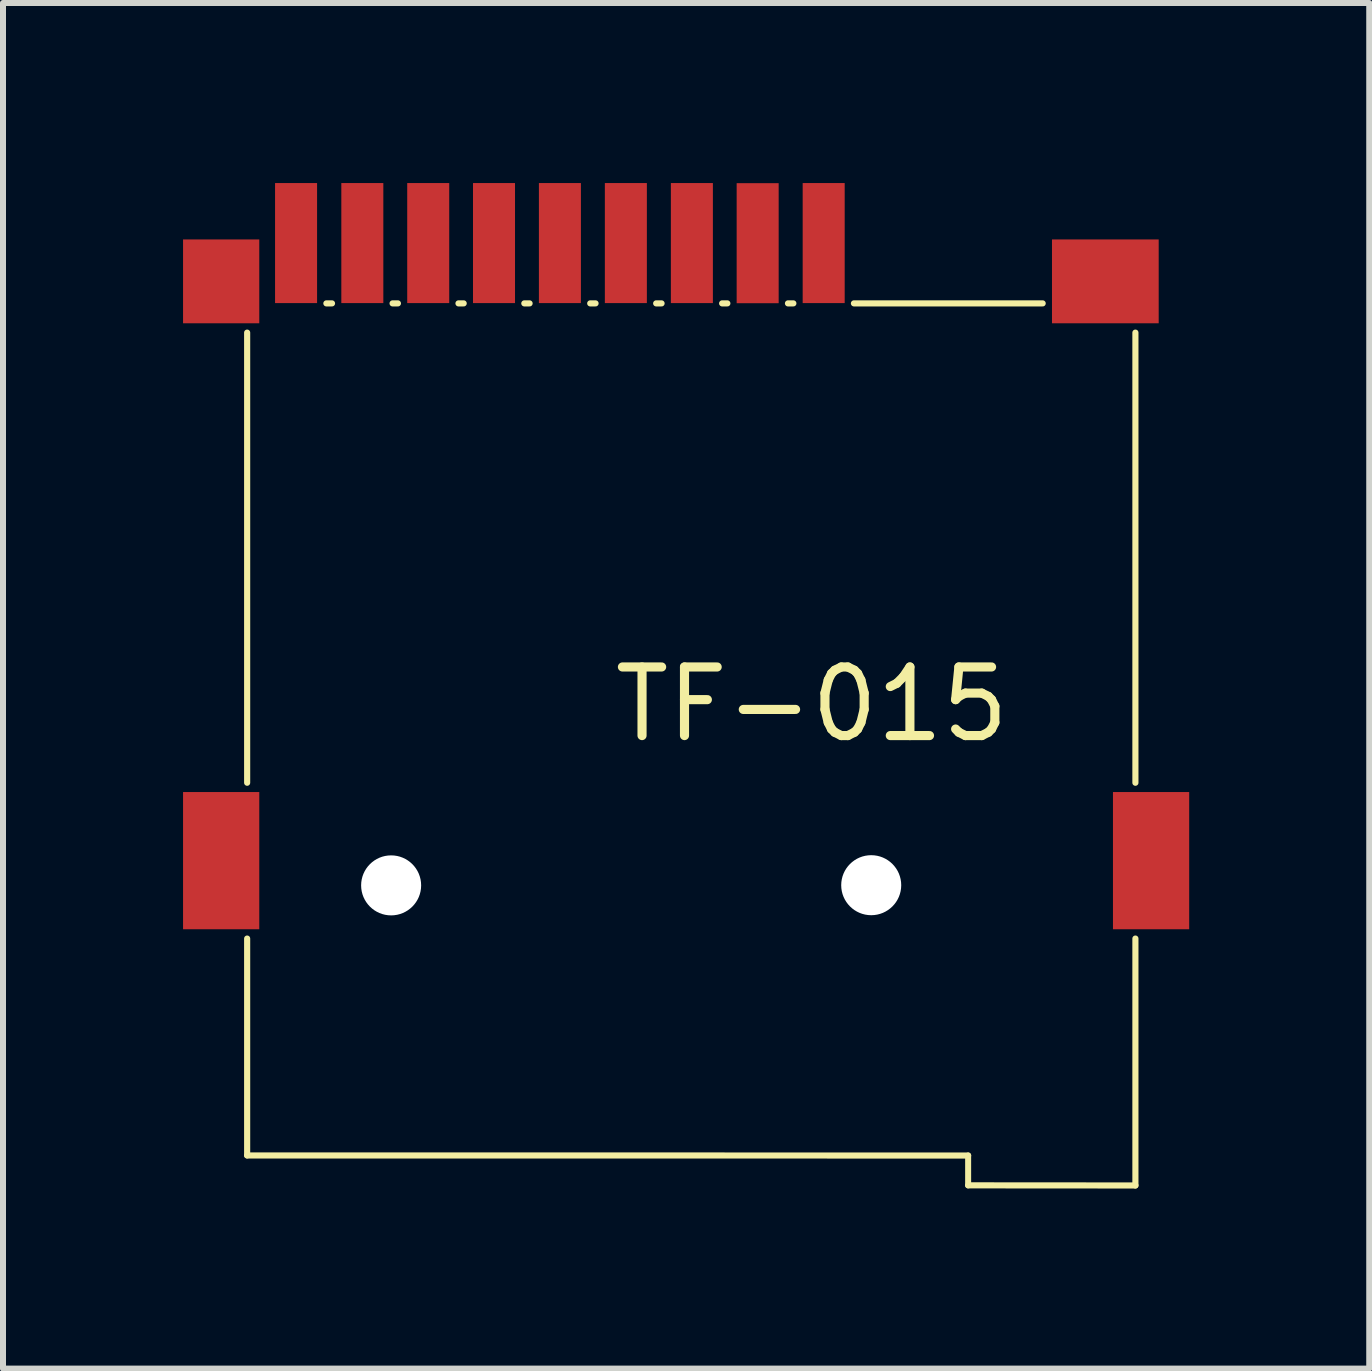
<source format=kicad_pcb>
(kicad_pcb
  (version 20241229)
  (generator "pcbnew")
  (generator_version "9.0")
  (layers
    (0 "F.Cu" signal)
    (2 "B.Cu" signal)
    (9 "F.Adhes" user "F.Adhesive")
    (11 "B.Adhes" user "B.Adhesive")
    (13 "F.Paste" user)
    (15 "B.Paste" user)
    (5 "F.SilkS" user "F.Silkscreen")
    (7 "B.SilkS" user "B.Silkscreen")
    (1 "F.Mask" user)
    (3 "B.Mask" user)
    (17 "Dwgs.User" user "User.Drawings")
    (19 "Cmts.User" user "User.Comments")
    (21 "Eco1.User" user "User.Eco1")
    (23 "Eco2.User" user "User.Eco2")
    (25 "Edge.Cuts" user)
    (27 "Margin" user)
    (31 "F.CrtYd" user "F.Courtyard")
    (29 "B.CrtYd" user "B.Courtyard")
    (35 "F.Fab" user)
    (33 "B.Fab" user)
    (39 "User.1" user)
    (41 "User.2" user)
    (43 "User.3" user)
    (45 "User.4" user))
  (footprint "TF-015"
    (layer "F.Cu")
    (at 8.382 6.145)
    (property "Reference" "TF-015" (at -1.27 2.54 0) (layer "F.SilkS") (effects (font (size 1.143 1.143) (thickness 0.152)) (justify left)))
    (attr smd)
    (fp_line (start -7.314 3.847) (end -7.314 -3.653) (stroke (width 0.102) (type solid)) (layer "F.SilkS"))
    (fp_line (start -7.314 10.056) (end -7.314 6.443) (stroke (width 0.102) (type solid)) (layer "F.SilkS"))
    (fp_line (start -7.314 10.057) (end 4.699 10.058) (stroke (width 0.102) (type solid)) (layer "F.SilkS"))
    (fp_line (start -5.994 -4.14) (end -5.9 -4.14) (stroke (width 0.102) (type solid)) (layer "F.SilkS"))
    (fp_line (start -4.891 -4.14) (end -4.802 -4.14) (stroke (width 0.102) (type solid)) (layer "F.SilkS"))
    (fp_line (start -3.793 -4.14) (end -3.706 -4.14) (stroke (width 0.102) (type solid)) (layer "F.SilkS"))
    (fp_line (start -2.696 -4.14) (end -2.608 -4.14) (stroke (width 0.102) (type solid)) (layer "F.SilkS"))
    (fp_line (start -1.598 -4.14) (end -1.509 -4.14) (stroke (width 0.102) (type solid)) (layer "F.SilkS"))
    (fp_line (start -0.499 -4.14) (end -0.409 -4.14) (stroke (width 0.102) (type solid)) (layer "F.SilkS"))
    (fp_line (start 0.6 -4.14) (end 0.687 -4.14) (stroke (width 0.102) (type solid)) (layer "F.SilkS"))
    (fp_line (start 1.697 -4.14) (end 1.787 -4.14) (stroke (width 0.102) (type solid)) (layer "F.SilkS"))
    (fp_line (start 2.796 -4.14) (end 5.941 -4.14) (stroke (width 0.102) (type solid)) (layer "F.SilkS"))
    (fp_line (start 4.699 10.058) (end 4.699 10.555) (stroke (width 0.1) (type solid)) (layer "F.SilkS"))
    (fp_line (start 7.486 -3.653) (end 7.486 3.847) (stroke (width 0.102) (type solid)) (layer "F.SilkS"))
    (fp_line (start 7.486 6.443) (end 7.486 10.557) (stroke (width 0.102) (type solid)) (layer "F.SilkS"))
    (fp_line (start 7.486 10.557) (end 4.699 10.555) (stroke (width 0.102) (type solid)) (layer "F.SilkS"))
    (pad "" np_thru_hole circle (at -4.915 5.557) (size 1 1) (drill 1) (layers "*.Cu" "*.Mask"))
    (pad "" np_thru_hole circle (at 3.084 5.554) (size 1 1) (drill 1) (layers "*.Cu" "*.Mask"))
    (pad "1" smd rect (at 2.292 -5.145) (size 0.7 2) (layers "F.Cu" "F.Mask" "F.Paste"))
    (pad "2" smd rect (at 1.192 -5.143) (size 0.7 2) (layers "F.Cu" "F.Mask" "F.Paste"))
    (pad "3" smd rect (at 0.096 -5.145) (size 0.7 2) (layers "F.Cu" "F.Mask" "F.Paste"))
    (pad "4" smd rect (at -1.004 -5.145) (size 0.7 2) (layers "F.Cu" "F.Mask" "F.Paste"))
    (pad "5" smd rect (at -2.103 -5.145) (size 0.7 2) (layers "F.Cu" "F.Mask" "F.Paste"))
    (pad "6" smd rect (at -3.201 -5.145) (size 0.7 2) (layers "F.Cu" "F.Mask" "F.Paste"))
    (pad "7" smd rect (at -4.297 -5.145) (size 0.7 2) (layers "F.Cu" "F.Mask" "F.Paste"))
    (pad "8" smd rect (at -5.395 -5.145) (size 0.7 2) (layers "F.Cu" "F.Mask" "F.Paste"))
    (pad "9" smd rect (at -6.499 -5.145) (size 0.7 2) (layers "F.Cu" "F.Mask" "F.Paste"))
    (pad "10" smd rect (at -7.747 -4.507) (size 1.27 1.397) (layers "F.Cu" "F.Mask" "F.Paste"))
    (pad "11" smd rect (at -7.747 5.145) (size 1.27 2.286) (layers "F.Cu" "F.Mask" "F.Paste"))
    (pad "12" smd rect (at 7.747 5.145) (size 1.27 2.286) (layers "F.Cu" "F.Mask" "F.Paste"))
    (pad "13" smd rect (at 6.985 -4.507) (size 1.778 1.397) (layers "F.Cu" "F.Mask" "F.Paste")))
  (gr_rect
    (start -3 -3)
    (end 19.764 19.753)
    (stroke (width 0.1) (type default))
    (fill no)
    (layer "Edge.Cuts")))
</source>
